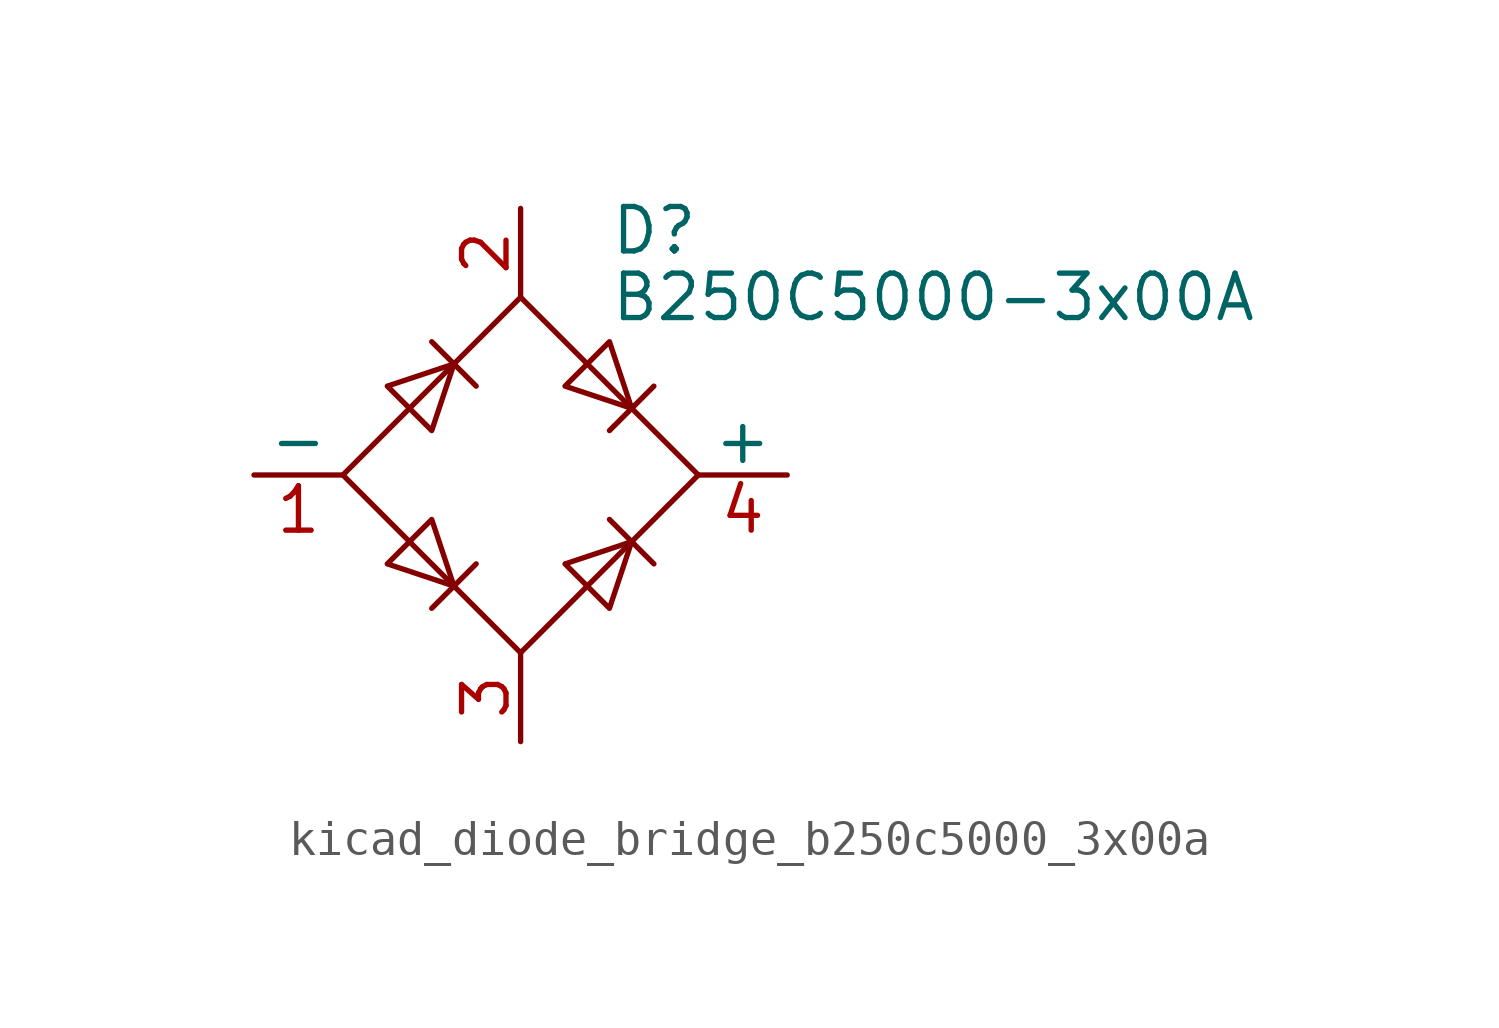
<source format=kicad_sym>
(kicad_symbol_lib
  (version 20220914)
  (generator kicad_symbol_editor)
  (symbol "kicad_diode_bridge_b250c5000_3x00a"
    (pin_names
      (offset 0))
    (property "Reference" "D"
      (at 2.54 6.985 0)
      (effects (font (size 1.27 1.27)) (justify left)))
    (property "Value" "B250C5000-3x00A"
      (at 2.54 5.08 0)
      (effects (font (size 1.27 1.27)) (justify left)))
    (symbol "kicad_diode_bridge_b250c5000_3x00a_0_1"
      (polyline (pts (xy -2.54 3.81) (xy -1.27 2.54)) (stroke (width 0) (type default)) (fill (type none)))
      (polyline (pts (xy -1.27 -2.54) (xy -2.54 -3.81)) (stroke (width 0) (type default)) (fill (type none)))
      (polyline (pts (xy 2.54 -1.27) (xy 3.81 -2.54)) (stroke (width 0) (type default)) (fill (type none)))
      (polyline (pts (xy 2.54 1.27) (xy 3.81 2.54)) (stroke (width 0) (type default)) (fill (type none)))
      (polyline (pts (xy -3.81 2.54) (xy -2.54 1.27) (xy -1.905 3.175) (xy -3.81 2.54)) (stroke (width 0) (type default)) (fill (type none)))
      (polyline (pts (xy -2.54 -1.27) (xy -3.81 -2.54) (xy -1.905 -3.175) (xy -2.54 -1.27)) (stroke (width 0) (type default)) (fill (type none)))
      (polyline (pts (xy 1.27 2.54) (xy 2.54 3.81) (xy 3.175 1.905) (xy 1.27 2.54)) (stroke (width 0) (type default)) (fill (type none)))
      (polyline (pts (xy 3.175 -1.905) (xy 1.27 -2.54) (xy 2.54 -3.81) (xy 3.175 -1.905)) (stroke (width 0) (type default)) (fill (type none)))
      (polyline (pts (xy -5.08 0) (xy 0 -5.08) (xy 5.08 0) (xy 0 5.08) (xy -5.08 0)) (stroke (width 0) (type default)) (fill (type none))))
    (symbol "kicad_diode_bridge_b250c5000_3x00a_1_1"
      (pin passive line (at -7.62 0 0) (length 2.54) (name "-" (effects (font (size 1.27 1.27)))) (number "1" (effects (font (size 1.27 1.27)))))
      (pin passive line (at 0 7.62 270) (length 2.54) (name "~" (effects (font (size 1.27 1.27)))) (number "2" (effects (font (size 1.27 1.27)))))
      (pin passive line (at 0 -7.62 90) (length 2.54) (name "~" (effects (font (size 1.27 1.27)))) (number "3" (effects (font (size 1.27 1.27)))))
      (pin passive line (at 7.62 0 180) (length 2.54) (name "+" (effects (font (size 1.27 1.27)))) (number "4" (effects (font (size 1.27 1.27))))))))
</source>
